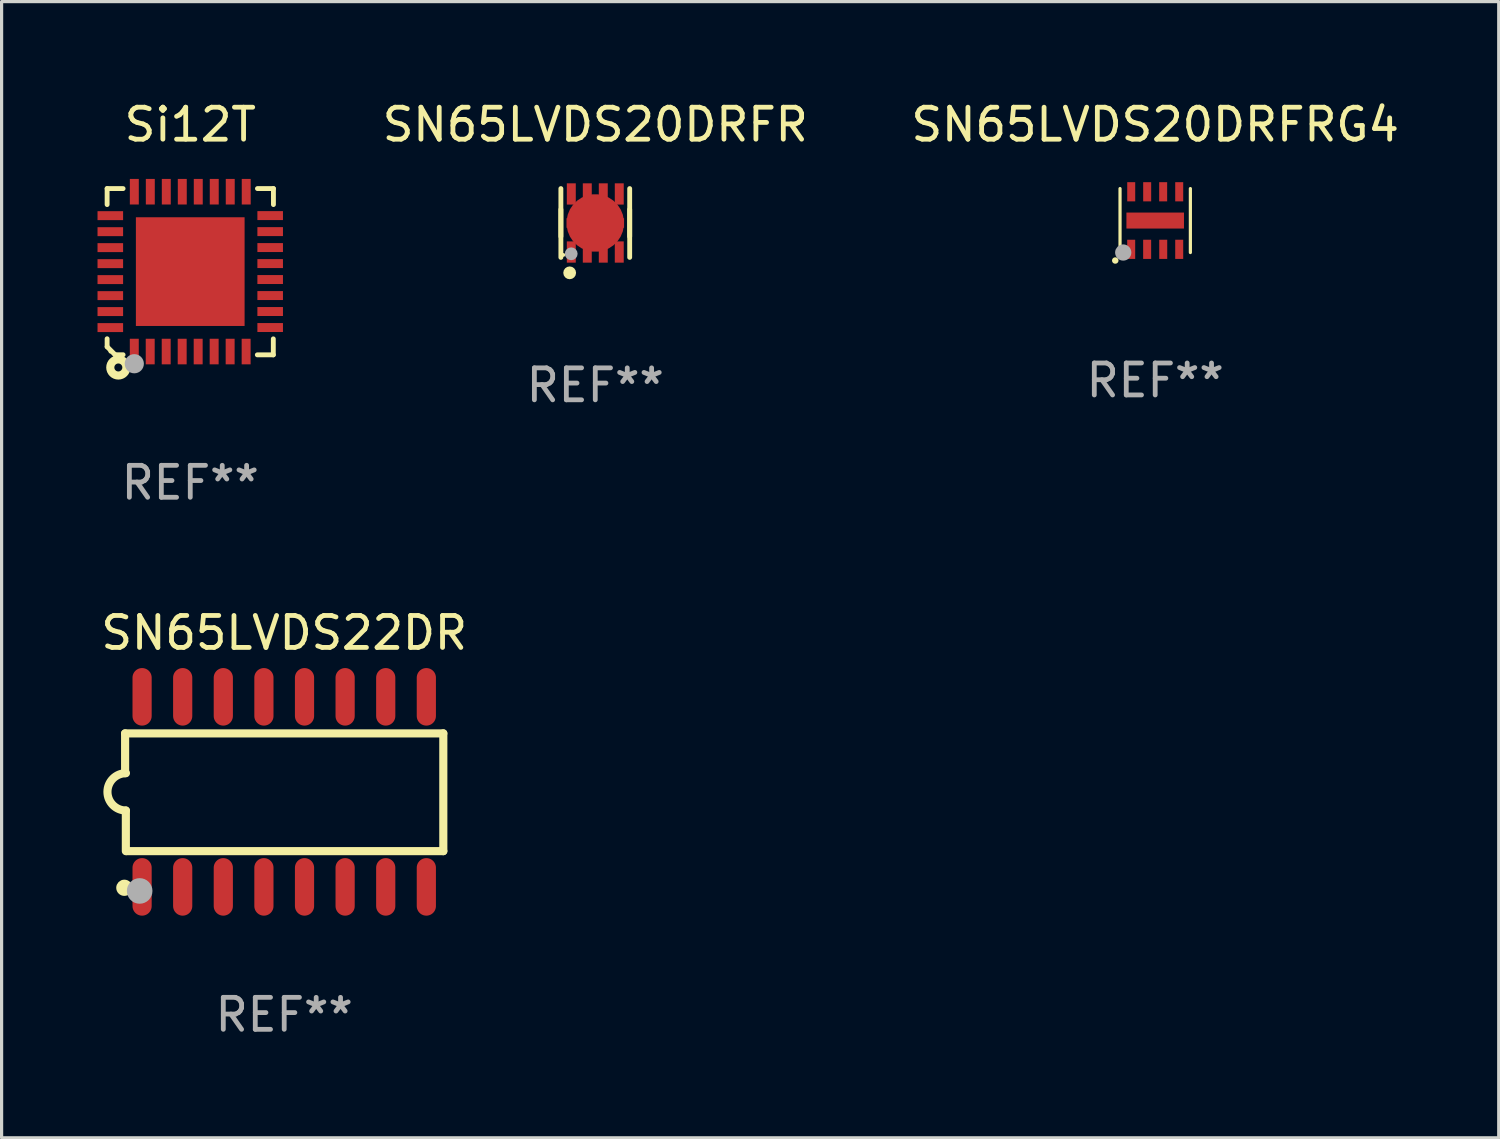
<source format=kicad_pcb>
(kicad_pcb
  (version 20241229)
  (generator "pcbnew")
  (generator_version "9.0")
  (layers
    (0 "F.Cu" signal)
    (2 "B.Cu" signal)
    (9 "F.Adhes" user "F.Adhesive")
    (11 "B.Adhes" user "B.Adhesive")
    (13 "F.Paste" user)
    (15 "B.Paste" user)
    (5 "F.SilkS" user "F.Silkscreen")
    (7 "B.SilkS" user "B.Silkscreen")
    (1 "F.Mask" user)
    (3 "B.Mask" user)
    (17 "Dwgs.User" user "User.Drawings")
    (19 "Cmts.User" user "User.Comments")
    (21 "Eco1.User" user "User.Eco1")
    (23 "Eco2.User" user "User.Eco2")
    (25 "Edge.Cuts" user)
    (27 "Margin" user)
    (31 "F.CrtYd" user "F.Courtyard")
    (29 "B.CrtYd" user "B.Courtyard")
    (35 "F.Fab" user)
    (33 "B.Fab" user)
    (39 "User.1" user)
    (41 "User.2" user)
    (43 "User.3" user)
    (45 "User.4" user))
  (footprint "SN65LVDS22DR"
    (layer "F.Cu")
    (at 5.839 21.716)
    (property "Reference" "SN65LVDS22DR" (at 0 -4.972 0) (layer "F.SilkS") (effects (font (size 1 1) (thickness 0.15))))
    (attr through_hole)
    (fp_line (start -4.976 -1.829) (end -4.976 -0.584) (stroke (width 0.254) (type solid)) (layer "F.SilkS"))
    (fp_line (start -4.953 0.584) (end -4.953 1.854) (stroke (width 0.254) (type solid)) (layer "F.SilkS"))
    (fp_line (start -4.928 1.854) (end 4.976 1.854) (stroke (width 0.254) (type solid)) (layer "F.SilkS"))
    (fp_line (start 4.976 -1.829) (end -4.976 -1.829) (stroke (width 0.254) (type solid)) (layer "F.SilkS"))
    (fp_line (start 4.976 1.854) (end 4.976 -1.829) (stroke (width 0.254) (type solid)) (layer "F.SilkS"))
    (fp_arc (start -4.95301 0.584201) (mid -5.533866 -0.00152) (end -4.950088 -0.584329) (stroke (width 0.254001) (type solid)) (layer "F.SilkS"))
    (fp_circle (center -5 3) (end -4.873 3) (stroke (width 0.254) (type solid)) (fill no) (layer "F.SilkS"))
    (fp_circle (center -4.521 3.099) (end -4.321 3.099) (stroke (width 0.4) (type solid)) (fill no) (layer "F.Fab"))
    (fp_text user "REF**" (at 0 6.972 0) (layer "F.Fab") (effects (font (size 1 1) (thickness 0.15))))
    (pad "1" smd oval (at -4.445 2.972 180) (size 0.6 1.8) (layers "F.Cu" "F.Mask" "F.Paste"))
    (pad "2" smd oval (at -3.175 2.972 180) (size 0.6 1.8) (layers "F.Cu" "F.Mask" "F.Paste"))
    (pad "3" smd oval (at -1.905 2.972 180) (size 0.6 1.8) (layers "F.Cu" "F.Mask" "F.Paste"))
    (pad "4" smd oval (at -0.635 2.972 180) (size 0.6 1.8) (layers "F.Cu" "F.Mask" "F.Paste"))
    (pad "5" smd oval (at 0.635 2.972 180) (size 0.6 1.8) (layers "F.Cu" "F.Mask" "F.Paste"))
    (pad "6" smd oval (at 1.905 2.972 180) (size 0.6 1.8) (layers "F.Cu" "F.Mask" "F.Paste"))
    (pad "7" smd oval (at 3.175 2.972 180) (size 0.6 1.8) (layers "F.Cu" "F.Mask" "F.Paste"))
    (pad "8" smd oval (at 4.445 2.972 180) (size 0.6 1.8) (layers "F.Cu" "F.Mask" "F.Paste"))
    (pad "9" smd oval (at 4.445 -2.972 180) (size 0.6 1.8) (layers "F.Cu" "F.Mask" "F.Paste"))
    (pad "10" smd oval (at 3.175 -2.972 180) (size 0.6 1.8) (layers "F.Cu" "F.Mask" "F.Paste"))
    (pad "11" smd oval (at 1.905 -2.972 180) (size 0.6 1.8) (layers "F.Cu" "F.Mask" "F.Paste"))
    (pad "12" smd oval (at 0.635 -2.972 180) (size 0.6 1.8) (layers "F.Cu" "F.Mask" "F.Paste"))
    (pad "13" smd oval (at -0.635 -2.972 180) (size 0.6 1.8) (layers "F.Cu" "F.Mask" "F.Paste"))
    (pad "14" smd oval (at -1.905 -2.972 180) (size 0.6 1.8) (layers "F.Cu" "F.Mask" "F.Paste"))
    (pad "15" smd oval (at -3.175 -2.972 180) (size 0.6 1.8) (layers "F.Cu" "F.Mask" "F.Paste"))
    (pad "16" smd oval (at -4.445 -2.972 180) (size 0.6 1.8) (layers "F.Cu" "F.Mask" "F.Paste")))
  (footprint "SN65LVDS20DRFR"
    (layer "F.Cu")
    (at 15.568 3.924)
    (property "Reference" "SN65LVDS20DRFR" (at 0 -3.076 0) (layer "F.SilkS") (effects (font (size 1 1) (thickness 0.15))))
    (attr through_hole)
    (fp_line (start -1.076 -1.076) (end -1.076 0.423) (stroke (width 0.152) (type solid)) (layer "F.SilkS"))
    (fp_line (start -1.076 1.076) (end -1.076 -0.423) (stroke (width 0.152) (type solid)) (layer "F.SilkS"))
    (fp_line (start 1.076 -1.076) (end 1.076 0.423) (stroke (width 0.152) (type solid)) (layer "F.SilkS"))
    (fp_line (start 1.076 1.076) (end 1.076 -0.423) (stroke (width 0.152) (type solid)) (layer "F.SilkS"))
    (fp_circle (center -1 1) (end -0.97 1) (stroke (width 0.06) (type solid)) (fill no) (layer "F.SilkS"))
    (fp_circle (center -0.801 1.559) (end -0.701 1.559) (stroke (width 0.2) (type solid)) (fill no) (layer "F.SilkS"))
    (fp_circle (center -0.753 0.963) (end -0.653 0.963) (stroke (width 0.2) (type solid)) (fill no) (layer "F.Fab"))
    (fp_text user "REF**" (at 0 5.076 0) (layer "F.Fab") (effects (font (size 1 1) (thickness 0.15))))
    (pad "1" smd rect (at -0.75 0.908) (size 0.28 0.665) (layers "F.Cu" "F.Mask" "F.Paste"))
    (pad "2" smd rect (at -0.25 0.908) (size 0.28 0.665) (layers "F.Cu" "F.Mask" "F.Paste"))
    (pad "3" smd rect (at 0.25 0.908) (size 0.28 0.665) (layers "F.Cu" "F.Mask" "F.Paste"))
    (pad "4" smd rect (at 0.75 0.908) (size 0.28 0.665) (layers "F.Cu" "F.Mask" "F.Paste"))
    (pad "5" smd rect (at 0.75 -0.908) (size 0.28 0.665) (layers "F.Cu" "F.Mask" "F.Paste"))
    (pad "6" smd rect (at 0.25 -0.908) (size 0.28 0.665) (layers "F.Cu" "F.Mask" "F.Paste"))
    (pad "7" smd rect (at -0.25 -0.908) (size 0.28 0.665) (layers "F.Cu" "F.Mask" "F.Paste"))
    (pad "8" smd rect (at -0.75 -0.908) (size 0.28 0.665) (layers "F.Cu" "F.Mask" "F.Paste"))
    (pad "9" smd custom (at 0 0) (size 1.8 0.5) (layers "F.Cu" "F.Mask" "F.Paste") (options (anchor circle)) (primitives (gr_poly (pts (xy 0.25 0.25) (xy -0.25 0.25) (xy -0.25 0.15) (xy -0.9 0.15) (xy -0.9 -0.15) (xy -0.25 -0.15) (xy -0.25 -0.25) (xy 0.25 -0.25) (xy 0.25 -0.15) (xy 0.9 -0.15) (xy 0.9 0.15) (xy 0.25 0.15)) (width 0) (fill yes)))))
  (footprint "Si12T"
    (layer "F.Cu")
    (at 2.901 5.448)
    (property "Reference" "Si12T" (at 0 -4.6 0) (layer "F.SilkS") (effects (font (size 1 1) (thickness 0.15))))
    (attr through_hole)
    (fp_line (start -2.601 2.097) (end -2.601 2.347) (stroke (width 0.152) (type solid)) (layer "F.SilkS"))
    (fp_line (start -2.601 2.347) (end -2.351 2.597) (stroke (width 0.152) (type solid)) (layer "F.SilkS"))
    (fp_line (start -2.601 -2.6) (end -2.601 -2.1) (stroke (width 0.152) (type solid)) (layer "F.SilkS"))
    (fp_line (start -2.601 -2.6) (end -2.101 -2.6) (stroke (width 0.152) (type solid)) (layer "F.SilkS"))
    (fp_line (start -2.351 2.597) (end -2.101 2.597) (stroke (width 0.152) (type solid)) (layer "F.SilkS"))
    (fp_line (start 2.597 2.6) (end 2.097 2.6) (stroke (width 0.152) (type solid)) (layer "F.SilkS"))
    (fp_line (start 2.597 2.6) (end 2.597 2.1) (stroke (width 0.152) (type solid)) (layer "F.SilkS"))
    (fp_line (start 2.601 -2.6) (end 2.101 -2.6) (stroke (width 0.152) (type solid)) (layer "F.SilkS"))
    (fp_line (start 2.601 -2.6) (end 2.601 -2.1) (stroke (width 0.152) (type solid)) (layer "F.SilkS"))
    (fp_circle (center -2.501 2.497) (end -2.471 2.497) (stroke (width 0.06) (type solid)) (fill no) (layer "F.SilkS"))
    (fp_circle (center -2.25 2.995) (end -2.125 2.995) (stroke (width 0.254) (type solid)) (fill no) (layer "F.SilkS"))
    (fp_circle (center -1.751 2.878) (end -1.601 2.878) (stroke (width 0.3) (type solid)) (fill no) (layer "F.Fab"))
    (fp_text user "REF**" (at 0 6.6 0) (layer "F.Fab") (effects (font (size 1 1) (thickness 0.15))))
    (pad "1" smd rect (at -1.751 2.497) (size 0.28 0.8) (layers "F.Cu" "F.Mask" "F.Paste"))
    (pad "2" smd rect (at -1.253 2.497) (size 0.28 0.8) (layers "F.Cu" "F.Mask" "F.Paste"))
    (pad "3" smd rect (at -0.753 2.497) (size 0.28 0.8) (layers "F.Cu" "F.Mask" "F.Paste"))
    (pad "4" smd rect (at -0.253 2.497) (size 0.28 0.8) (layers "F.Cu" "F.Mask" "F.Paste"))
    (pad "5" smd rect (at 0.247 2.497) (size 0.28 0.8) (layers "F.Cu" "F.Mask" "F.Paste"))
    (pad "6" smd rect (at 0.747 2.497) (size 0.28 0.8) (layers "F.Cu" "F.Mask" "F.Paste"))
    (pad "7" smd rect (at 1.247 2.497) (size 0.28 0.8) (layers "F.Cu" "F.Mask" "F.Paste"))
    (pad "8" smd rect (at 1.747 2.497) (size 0.28 0.8) (layers "F.Cu" "F.Mask" "F.Paste"))
    (pad "9" smd rect (at 2.499 1.746) (size 0.8 0.28) (layers "F.Cu" "F.Mask" "F.Paste"))
    (pad "10" smd rect (at 2.499 1.245) (size 0.8 0.28) (layers "F.Cu" "F.Mask" "F.Paste"))
    (pad "11" smd rect (at 2.499 0.746) (size 0.8 0.28) (layers "F.Cu" "F.Mask" "F.Paste"))
    (pad "12" smd rect (at 2.499 0.245) (size 0.8 0.28) (layers "F.Cu" "F.Mask" "F.Paste"))
    (pad "13" smd rect (at 2.499 -0.254) (size 0.8 0.28) (layers "F.Cu" "F.Mask" "F.Paste"))
    (pad "14" smd rect (at 2.499 -0.755) (size 0.8 0.28) (layers "F.Cu" "F.Mask" "F.Paste"))
    (pad "15" smd rect (at 2.499 -1.254) (size 0.8 0.28) (layers "F.Cu" "F.Mask" "F.Paste"))
    (pad "16" smd rect (at 2.499 -1.755) (size 0.8 0.28) (layers "F.Cu" "F.Mask" "F.Paste"))
    (pad "17" smd rect (at 1.75 -2.502) (size 0.28 0.8) (layers "F.Cu" "F.Mask" "F.Paste"))
    (pad "18" smd rect (at 1.25 -2.502) (size 0.28 0.8) (layers "F.Cu" "F.Mask" "F.Paste"))
    (pad "19" smd rect (at 0.75 -2.502) (size 0.28 0.8) (layers "F.Cu" "F.Mask" "F.Paste"))
    (pad "20" smd rect (at 0.25 -2.502) (size 0.28 0.8) (layers "F.Cu" "F.Mask" "F.Paste"))
    (pad "21" smd rect (at -0.25 -2.502) (size 0.28 0.8) (layers "F.Cu" "F.Mask" "F.Paste"))
    (pad "22" smd rect (at -0.75 -2.502) (size 0.28 0.8) (layers "F.Cu" "F.Mask" "F.Paste"))
    (pad "23" smd rect (at -1.25 -2.502) (size 0.28 0.8) (layers "F.Cu" "F.Mask" "F.Paste"))
    (pad "24" smd rect (at -1.75 -2.502) (size 0.28 0.8) (layers "F.Cu" "F.Mask" "F.Paste"))
    (pad "25" smd rect (at -2.501 -1.753) (size 0.8 0.28) (layers "F.Cu" "F.Mask" "F.Paste"))
    (pad "26" smd rect (at -2.501 -1.252) (size 0.8 0.28) (layers "F.Cu" "F.Mask" "F.Paste"))
    (pad "27" smd rect (at -2.501 -0.753) (size 0.8 0.28) (layers "F.Cu" "F.Mask" "F.Paste"))
    (pad "28" smd rect (at -2.501 -0.252) (size 0.8 0.28) (layers "F.Cu" "F.Mask" "F.Paste"))
    (pad "29" smd rect (at -2.501 0.247) (size 0.8 0.28) (layers "F.Cu" "F.Mask" "F.Paste"))
    (pad "30" smd rect (at -2.501 0.748) (size 0.8 0.28) (layers "F.Cu" "F.Mask" "F.Paste"))
    (pad "31" smd rect (at -2.501 1.247) (size 0.8 0.28) (layers "F.Cu" "F.Mask" "F.Paste"))
    (pad "32" smd rect (at -2.501 1.748) (size 0.8 0.28) (layers "F.Cu" "F.Mask" "F.Paste"))
    (pad "33" smd rect (at -0.001 -0.003 180) (size 3.4 3.4) (layers "F.Cu" "F.Mask" "F.Paste")))
  (footprint "SN65LVDS20DRFRG4"
    (layer "F.Cu")
    (at 33.08 3.848)
    (property "Reference" "SN65LVDS20DRFRG4" (at 0 -3 0) (layer "F.SilkS") (effects (font (size 1 1) (thickness 0.15))))
    (attr through_hole)
    (fp_line (start -1.1 1) (end -1.1 -1) (stroke (width 0.1) (type solid)) (layer "F.SilkS"))
    (fp_line (start 1.1 -1) (end 1.1 1) (stroke (width 0.1) (type solid)) (layer "F.SilkS"))
    (fp_arc (start -1.250572 1.249936) (mid -1.249302 1.249928) (end -1.248032 1.249936) (stroke (width 0.2) (type solid)) (layer "F.SilkS"))
    (fp_circle (center -1 1) (end -0.97 1) (stroke (width 0.06) (type solid)) (fill no) (layer "F.SilkS"))
    (fp_circle (center -1 1) (end -0.873 1) (stroke (width 0.254) (type solid)) (fill no) (layer "F.Fab"))
    (fp_text user "REF**" (at 0 5 0) (layer "F.Fab") (effects (font (size 1 1) (thickness 0.15))))
    (pad "1" smd rect (at -0.751 0.9) (size 0.25 0.6) (layers "F.Cu" "F.Mask" "F.Paste"))
    (pad "2" smd rect (at -0.252 0.9) (size 0.25 0.6) (layers "F.Cu" "F.Mask" "F.Paste"))
    (pad "3" smd rect (at 0.251 0.9) (size 0.25 0.6) (layers "F.Cu" "F.Mask" "F.Paste"))
    (pad "4" smd rect (at 0.751 0.9) (size 0.25 0.6) (layers "F.Cu" "F.Mask" "F.Paste"))
    (pad "5" smd rect (at 0.751 -0.9 180) (size 0.25 0.6) (layers "F.Cu" "F.Mask" "F.Paste"))
    (pad "6" smd rect (at 0.249 -0.9 180) (size 0.25 0.6) (layers "F.Cu" "F.Mask" "F.Paste"))
    (pad "7" smd rect (at -0.251 -0.9 180) (size 0.25 0.6) (layers "F.Cu" "F.Mask" "F.Paste"))
    (pad "8" smd rect (at -0.75 -0.9 180) (size 0.25 0.6) (layers "F.Cu" "F.Mask" "F.Paste"))
    (pad "9" smd rect (at 0.000102 -0.000025 270) (size 0.5 1.8) (layers "F.Cu" "F.Mask" "F.Paste")))
  (gr_rect
    (start -3 -3)
    (end 43.824 32.536)
    (stroke (width 0.1) (type default))
    (fill no)
    (layer "Edge.Cuts")))
</source>
